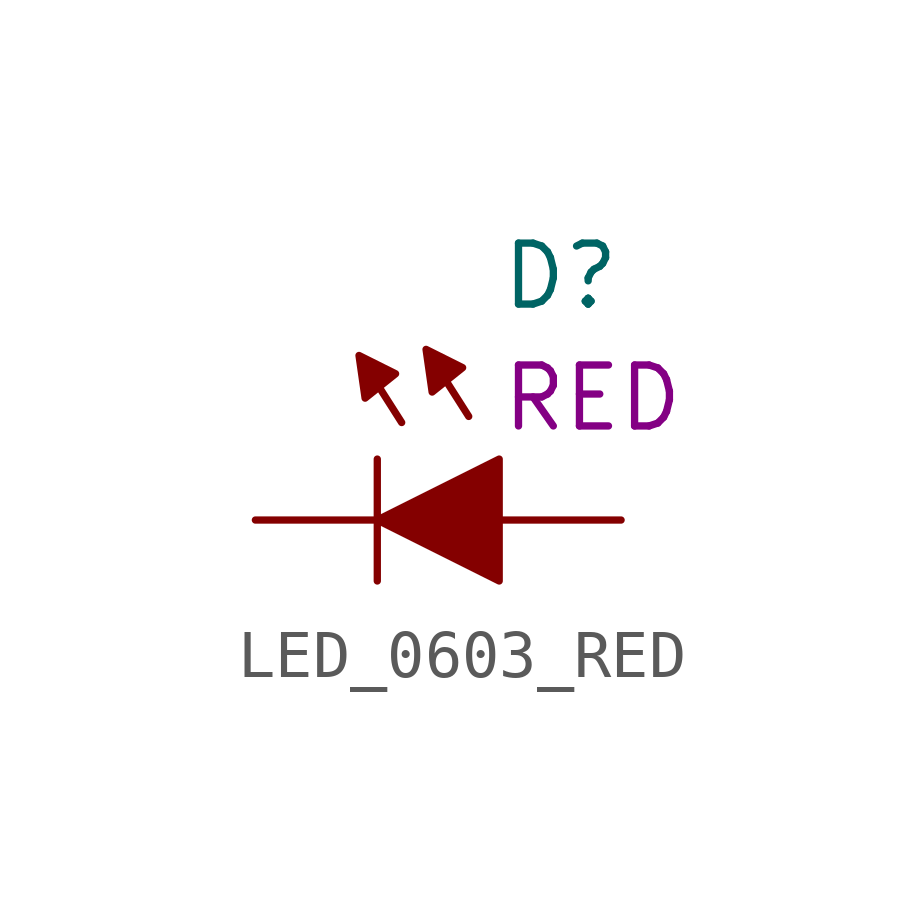
<source format=kicad_sym>
(kicad_symbol_lib
  (version 20211014)
  (generator kicad_symbol_editor)
  (symbol "LED_0603_RED"
    (pin_numbers hide)
    (pin_names
      (offset 0) hide)
    (property "Reference" "D"
      (at 0 5.08 0)
      (effects (font (size 1.27 1.27)) (justify left)))
    (property "Displayed Value" "RED"
      (at 0 2.54 0)
      (effects (font (size 1.27 1.27)) (justify left)))
    (symbol "LED_0603_RED_0_1"
      (polyline (pts (xy -2.54 1.27) (xy -2.54 -1.27)) (stroke (width 0) (type default) (color 0 0 0 0)) (fill (type none)))
      (polyline (pts (xy -2.54 0) (xy 0 1.27) (xy 0 -1.27) (xy -2.54 0)) (stroke (width 0) (type default) (color 0 0 0 0)) (fill (type outline)))
      (polyline (pts (xy -2.032 2.032) (xy -2.921 3.429) (xy -2.794 2.54) (xy -2.159 3.048) (xy -2.921 3.429)) (stroke (width 0) (type default) (color 0 0 0 0)) (fill (type outline)))
      (polyline (pts (xy -0.635 2.159) (xy -1.524 3.556) (xy -1.397 2.667) (xy -0.762 3.175) (xy -1.524 3.556)) (stroke (width 0) (type default) (color 0 0 0 0)) (fill (type outline))))
    (symbol "LED_0603_RED_1_1"
      (pin passive line (at -5.08 0 0) (length 2.794) (name "~" (effects (font (size 1.27 1.27)))) (number "1" (effects (font (size 1.27 1.27)))))
      (pin passive line (at 2.54 0 180) (length 2.794) (name "~" (effects (font (size 1.27 1.27)))) (number "2" (effects (font (size 1.27 1.27))))))))
</source>
